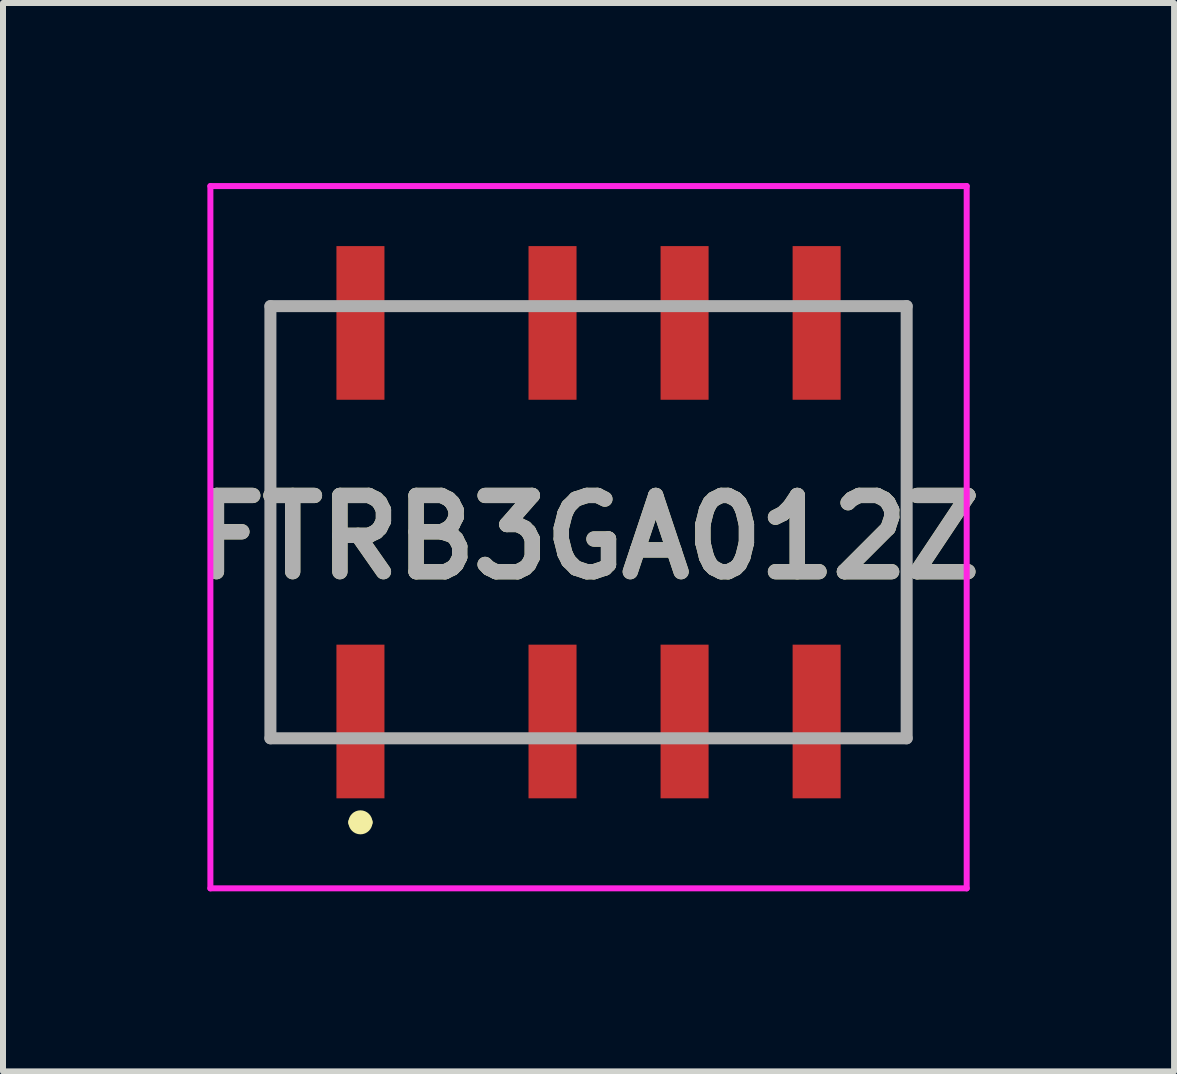
<source format=kicad_pcb>
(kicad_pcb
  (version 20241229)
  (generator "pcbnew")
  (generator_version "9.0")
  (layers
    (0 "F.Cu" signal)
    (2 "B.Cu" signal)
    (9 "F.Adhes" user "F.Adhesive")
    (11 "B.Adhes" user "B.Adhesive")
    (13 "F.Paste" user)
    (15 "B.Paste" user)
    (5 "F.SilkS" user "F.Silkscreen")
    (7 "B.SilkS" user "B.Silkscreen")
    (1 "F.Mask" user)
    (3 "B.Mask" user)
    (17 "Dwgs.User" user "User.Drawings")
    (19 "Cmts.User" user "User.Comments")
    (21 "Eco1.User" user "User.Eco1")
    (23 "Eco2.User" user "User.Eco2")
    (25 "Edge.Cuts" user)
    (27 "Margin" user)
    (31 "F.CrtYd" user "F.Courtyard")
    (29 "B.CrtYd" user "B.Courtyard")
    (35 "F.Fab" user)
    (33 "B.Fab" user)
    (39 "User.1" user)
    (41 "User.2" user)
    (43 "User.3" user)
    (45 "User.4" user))
  (footprint "FTRB3GA012Z"
    (layer "F.Cu")
    (at 6.755 5.65)
    (property "Reference" "FTRB3GA012Z" (at 0 0.25 0) (layer "F.SilkS") (effects (font (size 1.27 1.27) (thickness 0.254))))
    (attr smd)
    (fp_line (start -5.3 -3.6) (end -5.3 3.6) (stroke (width 0.1) (type solid)) (layer "F.SilkS"))
    (fp_line (start -5.3 3.6) (end -4.8 3.6) (stroke (width 0.1) (type solid)) (layer "F.SilkS"))
    (fp_line (start -4.8 -3.6) (end -5.3 -3.6) (stroke (width 0.1) (type solid)) (layer "F.SilkS"))
    (fp_line (start -3.9 5) (end -3.9 5) (stroke (width 0.2) (type solid)) (layer "F.SilkS"))
    (fp_line (start -3.7 5) (end -3.7 5) (stroke (width 0.2) (type solid)) (layer "F.SilkS"))
    (fp_line (start 4.7 -3.6) (end 5.2 -3.6) (stroke (width 0.1) (type solid)) (layer "F.SilkS"))
    (fp_line (start 5.2 -3.6) (end 5.3 -3.6) (stroke (width 0.1) (type solid)) (layer "F.SilkS"))
    (fp_line (start 5.3 -3.6) (end 5.3 3.6) (stroke (width 0.1) (type solid)) (layer "F.SilkS"))
    (fp_line (start 5.3 3.6) (end 4.7 3.6) (stroke (width 0.1) (type solid)) (layer "F.SilkS"))
    (fp_arc (start -3.9 5) (mid -3.8 4.9) (end -3.7 5) (stroke (width 0.2) (type solid)) (layer "F.SilkS"))
    (fp_arc (start -3.7 5) (mid -3.8 5.1) (end -3.9 5) (stroke (width 0.2) (type solid)) (layer "F.SilkS"))
    (fp_line (start -6.3 -5.6) (end 6.3 -5.6) (stroke (width 0.1) (type solid)) (layer "F.CrtYd"))
    (fp_line (start -6.3 6.1) (end -6.3 -5.6) (stroke (width 0.1) (type solid)) (layer "F.CrtYd"))
    (fp_line (start 6.3 -5.6) (end 6.3 6.1) (stroke (width 0.1) (type solid)) (layer "F.CrtYd"))
    (fp_line (start 6.3 6.1) (end -6.3 6.1) (stroke (width 0.1) (type solid)) (layer "F.CrtYd"))
    (fp_line (start -5.3 -3.6) (end 5.3 -3.6) (stroke (width 0.2) (type solid)) (layer "F.Fab"))
    (fp_line (start -5.3 3.6) (end -5.3 -3.6) (stroke (width 0.2) (type solid)) (layer "F.Fab"))
    (fp_line (start 5.3 -3.6) (end 5.3 3.6) (stroke (width 0.2) (type solid)) (layer "F.Fab"))
    (fp_line (start 5.3 3.6) (end -5.3 3.6) (stroke (width 0.2) (type solid)) (layer "F.Fab"))
    (fp_text user "${REFERENCE}" (at 0 0.25 0) (layer "F.Fab") (effects (font (size 1.27 1.27) (thickness 0.254))))
    (pad "1" smd rect (at -3.8 3.32) (size 0.8 2.56) (layers "F.Cu" "F.Mask" "F.Paste"))
    (pad "2" smd rect (at -0.6 3.32) (size 0.8 2.56) (layers "F.Cu" "F.Mask" "F.Paste"))
    (pad "3" smd rect (at 1.6 3.32) (size 0.8 2.56) (layers "F.Cu" "F.Mask" "F.Paste"))
    (pad "4" smd rect (at 3.8 3.32) (size 0.8 2.56) (layers "F.Cu" "F.Mask" "F.Paste"))
    (pad "5" smd rect (at 3.8 -3.32) (size 0.8 2.56) (layers "F.Cu" "F.Mask" "F.Paste"))
    (pad "6" smd rect (at 1.6 -3.32) (size 0.8 2.56) (layers "F.Cu" "F.Mask" "F.Paste"))
    (pad "7" smd rect (at -0.6 -3.32) (size 0.8 2.56) (layers "F.Cu" "F.Mask" "F.Paste"))
    (pad "8" smd rect (at -3.8 -3.32) (size 0.8 2.56) (layers "F.Cu" "F.Mask" "F.Paste")))
  (gr_rect
    (start -3 -3)
    (end 16.51 14.8)
    (stroke (width 0.1) (type default))
    (fill no)
    (layer "Edge.Cuts")))
</source>
